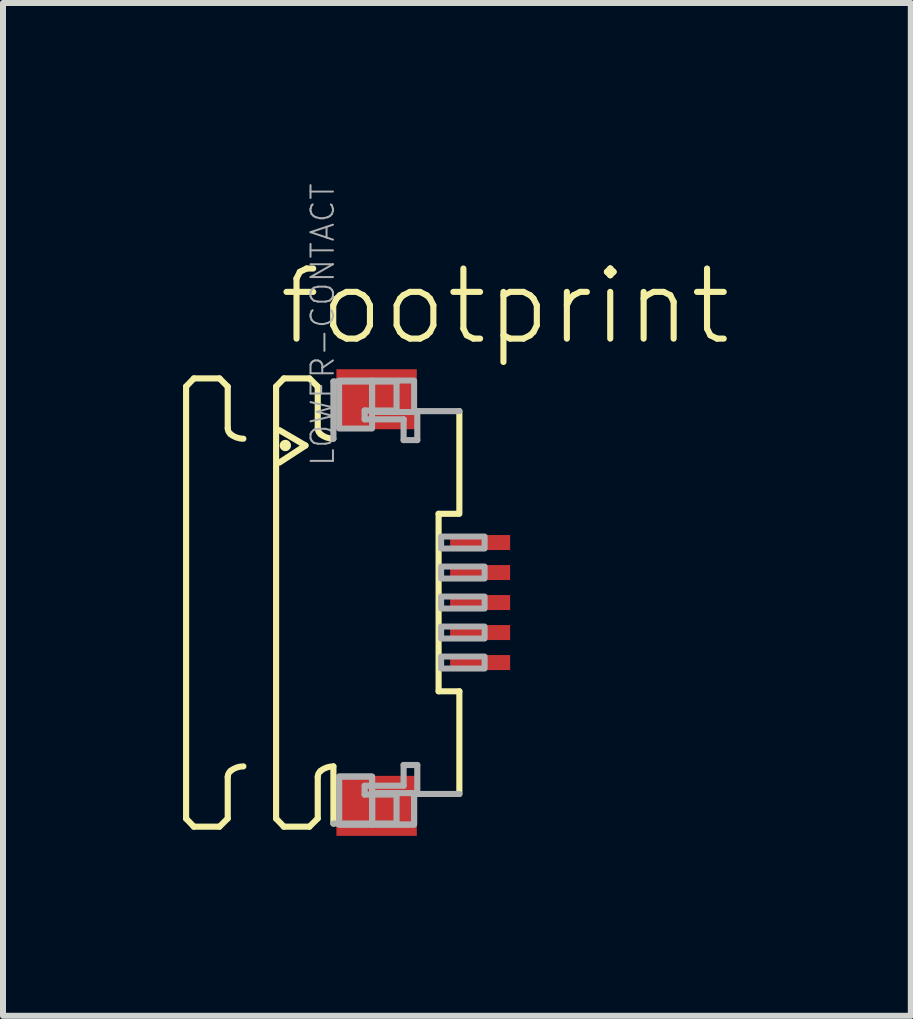
<source format=kicad_pcb>
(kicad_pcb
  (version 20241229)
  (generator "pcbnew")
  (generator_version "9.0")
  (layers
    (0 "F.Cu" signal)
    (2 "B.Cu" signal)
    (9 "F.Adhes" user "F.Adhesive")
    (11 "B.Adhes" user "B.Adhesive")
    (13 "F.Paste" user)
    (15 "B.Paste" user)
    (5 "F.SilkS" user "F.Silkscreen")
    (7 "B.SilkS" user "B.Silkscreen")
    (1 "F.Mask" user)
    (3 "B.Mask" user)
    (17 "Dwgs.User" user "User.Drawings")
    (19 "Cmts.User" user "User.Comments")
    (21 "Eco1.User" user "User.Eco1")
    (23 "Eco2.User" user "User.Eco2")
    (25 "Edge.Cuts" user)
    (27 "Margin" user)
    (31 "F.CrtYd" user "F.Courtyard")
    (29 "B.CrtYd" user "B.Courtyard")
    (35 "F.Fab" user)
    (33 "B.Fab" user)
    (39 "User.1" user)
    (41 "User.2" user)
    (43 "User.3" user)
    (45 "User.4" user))
  (footprint "footprint"
    (layer "F.Cu")
    (at 3.046 6.991)
    (property "Reference" "footprint" (at -1.5 -4.25 0) (layer "F.SilkS") (effects (font (size 1.168 1.168) (thickness 0.102)) (justify left bottom)))
    (fp_poly (pts (xy 1.355 -0.825) (xy 2.455 -0.825) (xy 2.455 -1.175) (xy 1.355 -1.175)) (stroke (width 0) (type solid)) (fill yes) (layer "F.Mask"))
    (fp_poly (pts (xy 1.355 -0.325) (xy 2.455 -0.325) (xy 2.455 -0.675) (xy 1.355 -0.675)) (stroke (width 0) (type solid)) (fill yes) (layer "F.Mask"))
    (fp_poly (pts (xy 1.355 0.175) (xy 2.455 0.175) (xy 2.455 -0.175) (xy 1.355 -0.175)) (stroke (width 0) (type solid)) (fill yes) (layer "F.Mask"))
    (fp_poly (pts (xy 1.355 0.675) (xy 2.455 0.675) (xy 2.455 0.325) (xy 1.355 0.325)) (stroke (width 0) (type solid)) (fill yes) (layer "F.Mask"))
    (fp_poly (pts (xy 1.355 1.175) (xy 2.455 1.175) (xy 2.455 0.825) (xy 1.355 0.825)) (stroke (width 0) (type solid)) (fill yes) (layer "F.Mask"))
    (fp_line (start -2.995 -3.6) (end -2.865 -3.735) (stroke (width 0.102) (type solid)) (layer "F.SilkS"))
    (fp_line (start -2.995 3.6) (end -2.995 -3.6) (stroke (width 0.102) (type solid)) (layer "F.SilkS"))
    (fp_line (start -2.995 3.6) (end -2.865 3.735) (stroke (width 0.102) (type solid)) (layer "F.SilkS"))
    (fp_line (start -2.865 -3.735) (end -2.438 -3.735) (stroke (width 0.102) (type solid)) (layer "F.SilkS"))
    (fp_line (start -2.865 3.735) (end -2.438 3.735) (stroke (width 0.102) (type solid)) (layer "F.SilkS"))
    (fp_line (start -2.438 -3.735) (end -2.301 -3.598) (stroke (width 0.102) (type solid)) (layer "F.SilkS"))
    (fp_line (start -2.438 3.735) (end -2.301 3.598) (stroke (width 0.102) (type solid)) (layer "F.SilkS"))
    (fp_line (start -2.301 -3.598) (end -2.301 -2.906) (stroke (width 0.102) (type solid)) (layer "F.SilkS"))
    (fp_line (start -2.301 3.598) (end -2.301 2.906) (stroke (width 0.102) (type solid)) (layer "F.SilkS"))
    (fp_line (start -1.495 -3.6) (end -1.365 -3.735) (stroke (width 0.102) (type solid)) (layer "F.SilkS"))
    (fp_line (start -1.495 3.6) (end -1.495 -3.6) (stroke (width 0.102) (type solid)) (layer "F.SilkS"))
    (fp_line (start -1.495 3.6) (end -1.365 3.735) (stroke (width 0.102) (type solid)) (layer "F.SilkS"))
    (fp_line (start -1.441 -2.873) (end -1.005 -2.617) (stroke (width 0.102) (type solid)) (layer "F.SilkS"))
    (fp_line (start -1.365 -3.735) (end -0.939 -3.735) (stroke (width 0.102) (type solid)) (layer "F.SilkS"))
    (fp_line (start -1.365 3.735) (end -0.939 3.735) (stroke (width 0.102) (type solid)) (layer "F.SilkS"))
    (fp_line (start -1.005 -2.617) (end -1.441 -2.332) (stroke (width 0.102) (type solid)) (layer "F.SilkS"))
    (fp_line (start -0.939 -3.735) (end -0.801 -3.598) (stroke (width 0.102) (type solid)) (layer "F.SilkS"))
    (fp_line (start -0.939 3.735) (end -0.801 3.598) (stroke (width 0.102) (type solid)) (layer "F.SilkS"))
    (fp_line (start -0.801 -3.598) (end -0.801 -2.906) (stroke (width 0.102) (type solid)) (layer "F.SilkS"))
    (fp_line (start -0.801 3.598) (end -0.801 2.906) (stroke (width 0.102) (type solid)) (layer "F.SilkS"))
    (fp_line (start -0.54 2.73) (end -0.54 3.683) (stroke (width 0.102) (type solid)) (layer "F.SilkS"))
    (fp_line (start 1.213 1.479) (end 1.213 -1.479) (stroke (width 0.102) (type solid)) (layer "F.SilkS"))
    (fp_line (start 1.538 -1.479) (end 1.213 -1.479) (stroke (width 0.102) (type solid)) (layer "F.SilkS"))
    (fp_line (start 1.559 -3.19) (end 1.559 -1.479) (stroke (width 0.102) (type solid)) (layer "F.SilkS"))
    (fp_line (start 1.559 1.479) (end 1.213 1.479) (stroke (width 0.102) (type solid)) (layer "F.SilkS"))
    (fp_line (start 1.559 3.19) (end 1.559 1.479) (stroke (width 0.102) (type solid)) (layer "F.SilkS"))
    (fp_arc (start -2.301 2.9057) (mid -2.288538 2.850596) (end -2.2536 2.806199) (stroke (width 0.1016) (type solid)) (layer "F.SilkS"))
    (fp_arc (start -2.2536 -2.806199) (mid -2.288538 -2.850596) (end -2.301 -2.9057) (stroke (width 0.1016) (type solid)) (layer "F.SilkS"))
    (fp_arc (start -2.2536 2.8062) (mid -2.153476 2.749935) (end -2.0403 2.730399) (stroke (width 0.1016) (type solid)) (layer "F.SilkS"))
    (fp_arc (start -2.0403 -2.730399) (mid -2.153476 -2.749935) (end -2.2536 -2.8062) (stroke (width 0.1016) (type solid)) (layer "F.SilkS"))
    (fp_arc (start -0.801 2.9057) (mid -0.788538 2.850596) (end -0.7536 2.806199) (stroke (width 0.1016) (type solid)) (layer "F.SilkS"))
    (fp_arc (start -0.7536 -2.806199) (mid -0.788538 -2.850596) (end -0.801 -2.9057) (stroke (width 0.1016) (type solid)) (layer "F.SilkS"))
    (fp_arc (start -0.7536 2.8062) (mid -0.653476 2.749935) (end -0.5403 2.730399) (stroke (width 0.1016) (type solid)) (layer "F.SilkS"))
    (fp_arc (start -0.5403 -2.730399) (mid -0.653476 -2.749935) (end -0.7536 -2.8062) (stroke (width 0.1016) (type solid)) (layer "F.SilkS"))
    (fp_circle (center -1.341 -2.617) (end -1.294 -2.617) (stroke (width 0.095) (type solid)) (fill yes) (layer "F.SilkS"))
    (fp_line (start -0.54 -3.683) (end 0.512 -3.683) (stroke (width 0.102) (type solid)) (layer "F.Fab"))
    (fp_line (start -0.54 -2.73) (end -0.54 -3.683) (stroke (width 0.102) (type solid)) (layer "F.Fab"))
    (fp_line (start -0.54 3.683) (end 0.512 3.683) (stroke (width 0.102) (type solid)) (layer "F.Fab"))
    (fp_line (start -0.019 -3.2) (end -0.019 -3.053) (stroke (width 0.102) (type solid)) (layer "F.Fab"))
    (fp_line (start -0.019 -3.053) (end 0.63 -3.053) (stroke (width 0.102) (type solid)) (layer "F.Fab"))
    (fp_line (start -0.019 3.053) (end 0.63 3.053) (stroke (width 0.102) (type solid)) (layer "F.Fab"))
    (fp_line (start -0.019 3.2) (end -0.019 3.053) (stroke (width 0.102) (type solid)) (layer "F.Fab"))
    (fp_line (start 0.512 -3.683) (end 0.512 -3.2) (stroke (width 0.102) (type solid)) (layer "F.Fab"))
    (fp_line (start 0.512 -3.2) (end -0.019 -3.2) (stroke (width 0.102) (type solid)) (layer "F.Fab"))
    (fp_line (start 0.512 3.2) (end -0.019 3.2) (stroke (width 0.102) (type solid)) (layer "F.Fab"))
    (fp_line (start 0.512 3.683) (end 0.512 3.2) (stroke (width 0.102) (type solid)) (layer "F.Fab"))
    (fp_line (start 0.63 -3.053) (end 0.63 -2.707) (stroke (width 0.102) (type solid)) (layer "F.Fab"))
    (fp_line (start 0.63 -2.707) (end 0.858 -2.707) (stroke (width 0.102) (type solid)) (layer "F.Fab"))
    (fp_line (start 0.63 2.707) (end 0.858 2.707) (stroke (width 0.102) (type solid)) (layer "F.Fab"))
    (fp_line (start 0.63 3.053) (end 0.63 2.707) (stroke (width 0.102) (type solid)) (layer "F.Fab"))
    (fp_line (start 0.858 -3.19) (end 1.559 -3.19) (stroke (width 0.102) (type solid)) (layer "F.Fab"))
    (fp_line (start 0.858 -2.707) (end 0.858 -3.19) (stroke (width 0.102) (type solid)) (layer "F.Fab"))
    (fp_line (start 0.858 2.707) (end 0.858 3.19) (stroke (width 0.102) (type solid)) (layer "F.Fab"))
    (fp_line (start 0.858 3.19) (end 1.559 3.19) (stroke (width 0.102) (type solid)) (layer "F.Fab"))
    (fp_poly (pts (xy -0.445 -2.9) (xy 0.105 -2.9) (xy 0.105 -3.7) (xy -0.445 -3.7)) (stroke (width 0.1) (type solid)) (fill no) (layer "F.Fab"))
    (fp_poly (pts (xy -0.445 3.7) (xy 0.105 3.7) (xy 0.105 2.9) (xy -0.445 2.9)) (stroke (width 0.1) (type solid)) (fill no) (layer "F.Fab"))
    (fp_poly (pts (xy -0.445 3.7) (xy 0.105 3.7) (xy 0.105 2.9) (xy -0.445 2.9)) (stroke (width 0.1) (type solid)) (fill no) (layer "F.Fab"))
    (fp_poly (pts (xy 0.105 -3.175) (xy 0.805 -3.175) (xy 0.805 -3.7) (xy 0.105 -3.7)) (stroke (width 0.1) (type solid)) (fill no) (layer "F.Fab"))
    (fp_poly (pts (xy 0.105 3.7) (xy 0.805 3.7) (xy 0.805 3.175) (xy 0.105 3.175)) (stroke (width 0.1) (type solid)) (fill no) (layer "F.Fab"))
    (fp_poly (pts (xy 0.105 3.7) (xy 0.805 3.7) (xy 0.805 3.175) (xy 0.105 3.175)) (stroke (width 0.1) (type solid)) (fill no) (layer "F.Fab"))
    (fp_poly (pts (xy 1.255 -0.9) (xy 1.98 -0.9) (xy 1.98 -1.1) (xy 1.255 -1.1)) (stroke (width 0.1) (type solid)) (fill no) (layer "F.Fab"))
    (fp_poly (pts (xy 1.255 -0.4) (xy 1.98 -0.4) (xy 1.98 -0.6) (xy 1.255 -0.6)) (stroke (width 0.1) (type solid)) (fill no) (layer "F.Fab"))
    (fp_poly (pts (xy 1.255 0.1) (xy 1.98 0.1) (xy 1.98 -0.1) (xy 1.255 -0.1)) (stroke (width 0.1) (type solid)) (fill no) (layer "F.Fab"))
    (fp_poly (pts (xy 1.255 0.6) (xy 1.98 0.6) (xy 1.98 0.4) (xy 1.255 0.4)) (stroke (width 0.1) (type solid)) (fill no) (layer "F.Fab"))
    (fp_poly (pts (xy 1.255 1.1) (xy 1.98 1.1) (xy 1.98 0.9) (xy 1.255 0.9)) (stroke (width 0.1) (type solid)) (fill no) (layer "F.Fab"))
    (fp_text user "LOWER-CONTACT" (at -0.5 -2.25 270) (layer "F.Fab") (effects (font (size 0.374 0.374) (thickness 0.033)) (justify left bottom)))
    (pad "1" smd rect (at 1.905 -1) (size 1 0.25) (layers "F.Cu" "F.Paste"))
    (pad "2" smd rect (at 1.905 -0.5) (size 1 0.25) (layers "F.Cu" "F.Paste"))
    (pad "3" smd rect (at 1.905 0) (size 1 0.25) (layers "F.Cu" "F.Paste"))
    (pad "4" smd rect (at 1.905 0.5) (size 1 0.25) (layers "F.Cu" "F.Paste"))
    (pad "5" smd rect (at 1.905 1) (size 1 0.25) (layers "F.Cu" "F.Paste"))
    (pad "M1" smd rect (at 0.18 -3.388) (size 1.34 1) (layers "F.Cu" "F.Mask" "F.Paste"))
    (pad "M2" smd rect (at 0.18 3.388) (size 1.34 1) (layers "F.Cu" "F.Mask" "F.Paste")))
  (gr_rect
    (start -3 -3)
    (end 12.128 13.878)
    (stroke (width 0.1) (type default))
    (fill no)
    (layer "Edge.Cuts")))
</source>
